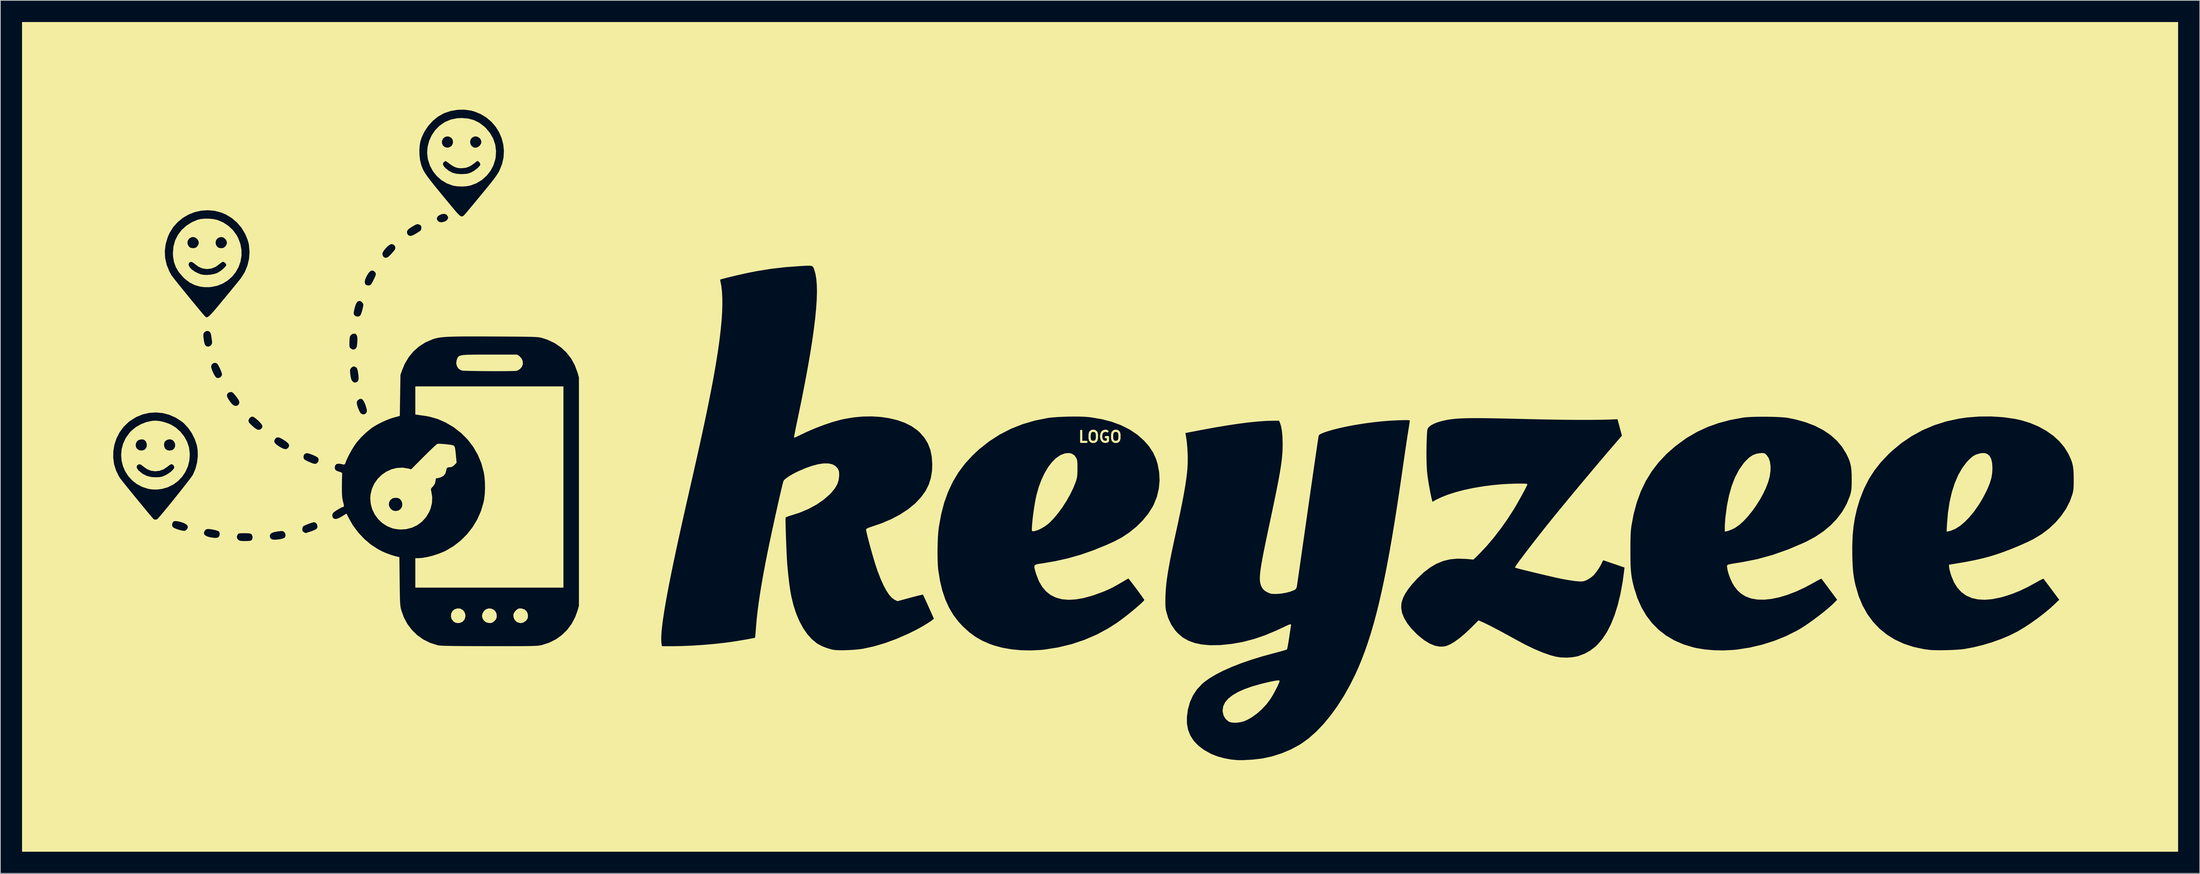
<source format=kicad_pcb>
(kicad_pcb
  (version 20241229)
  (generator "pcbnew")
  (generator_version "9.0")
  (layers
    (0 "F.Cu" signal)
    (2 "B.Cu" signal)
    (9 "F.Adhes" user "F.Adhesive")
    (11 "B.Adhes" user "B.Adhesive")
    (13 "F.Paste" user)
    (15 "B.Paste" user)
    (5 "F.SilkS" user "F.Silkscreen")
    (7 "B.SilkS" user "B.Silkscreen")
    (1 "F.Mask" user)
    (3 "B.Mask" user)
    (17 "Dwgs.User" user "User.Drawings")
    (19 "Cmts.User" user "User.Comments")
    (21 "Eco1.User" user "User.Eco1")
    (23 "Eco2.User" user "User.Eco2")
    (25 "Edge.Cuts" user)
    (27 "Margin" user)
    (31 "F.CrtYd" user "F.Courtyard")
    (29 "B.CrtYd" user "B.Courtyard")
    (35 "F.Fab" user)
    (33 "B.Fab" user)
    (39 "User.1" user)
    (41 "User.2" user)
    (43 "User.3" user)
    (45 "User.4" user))
  (footprint "LOGO"
    (layer "F.Cu")
    (at 149.233 57.454)
    (property "Reference" "LOGO" (at 0 0 0) (layer "F.SilkS") (effects (font (size 1.524 1.524) (thickness 0.3))))
    (attr through_hole)
    (fp_poly (pts (xy -87.912 24.927) (xy -88.038 25.3) (xy -88.288 25.571) (xy -88.639 25.718) (xy -88.858 25.739) (xy -89.165 25.705) (xy -89.406 25.581) (xy -89.497 25.506) (xy -89.72 25.207) (xy -89.813 24.857) (xy -89.781 24.499) (xy -89.628 24.178) (xy -89.359 23.937) (xy -89.326 23.92) (xy -88.945 23.804) (xy -88.583 23.835) (xy -88.271 23.994) (xy -88.038 24.259) (xy -87.914 24.608) (xy -87.912 24.927)) (stroke (width 0.1) (type solid)) (fill yes) (layer "F.SilkS"))
    (fp_poly (pts (xy -83.566 24.792) (xy -83.59 25.057) (xy -83.685 25.26) (xy -83.854 25.451) (xy -84.079 25.642) (xy -84.292 25.724) (xy -84.468 25.735) (xy -84.752 25.699) (xy -85.007 25.616) (xy -85.025 25.606) (xy -85.266 25.398) (xy -85.444 25.104) (xy -85.513 24.803) (xy -85.445 24.488) (xy -85.269 24.177) (xy -85.031 23.948) (xy -85.012 23.936) (xy -84.64 23.804) (xy -84.258 23.842) (xy -84.075 23.918) (xy -83.77 24.15) (xy -83.605 24.468) (xy -83.566 24.792)) (stroke (width 0.1) (type solid)) (fill yes) (layer "F.SilkS"))
    (fp_poly (pts (xy -79.248 24.775) (xy -79.269 25.047) (xy -79.358 25.248) (xy -79.536 25.451) (xy -79.867 25.678) (xy -80.234 25.743) (xy -80.618 25.642) (xy -80.742 25.576) (xy -80.988 25.335) (xy -81.138 25.003) (xy -81.168 24.641) (xy -81.154 24.557) (xy -81.056 24.348) (xy -80.877 24.119) (xy -80.795 24.039) (xy -80.584 23.874) (xy -80.402 23.807) (xy -80.165 23.809) (xy -80.105 23.816) (xy -79.711 23.932) (xy -79.43 24.17) (xy -79.275 24.516) (xy -79.248 24.775)) (stroke (width 0.1) (type solid)) (fill yes) (layer "F.SilkS"))
    (fp_poly (pts (xy 123.481 4.335) (xy 123.481 4.36) (xy 123.446 5.016) (xy 123.343 5.644) (xy 123.158 6.289) (xy 122.882 6.993) (xy 122.673 7.451) (xy 122.142 8.477) (xy 121.565 9.431) (xy 120.954 10.301) (xy 120.319 11.074) (xy 119.673 11.737) (xy 119.028 12.278) (xy 118.393 12.685) (xy 117.782 12.945) (xy 117.525 13.01) (xy 117.236 13.065) (xy 117.291 12.057) (xy 117.423 10.5) (xy 117.646 9.041) (xy 117.955 7.691) (xy 118.348 6.456) (xy 118.821 5.346) (xy 119.373 4.369) (xy 120 3.534) (xy 120.303 3.21) (xy 120.669 2.871) (xy 120.992 2.64) (xy 121.322 2.48) (xy 121.352 2.469) (xy 121.924 2.308) (xy 122.405 2.288) (xy 122.796 2.41) (xy 123.098 2.675) (xy 123.312 3.083) (xy 123.439 3.636) (xy 123.481 4.335)) (stroke (width 0.1) (type solid)) (fill yes) (layer "F.SilkS"))
    (fp_poly (pts (xy 24.806 33.813) (xy 24.765 33.959) (xy 24.656 34.219) (xy 24.494 34.56) (xy 24.296 34.951) (xy 24.08 35.36) (xy 23.861 35.753) (xy 23.656 36.098) (xy 23.533 36.29) (xy 22.994 37.003) (xy 22.371 37.674) (xy 21.695 38.276) (xy 20.995 38.784) (xy 20.303 39.173) (xy 19.904 39.339) (xy 19.429 39.467) (xy 18.934 39.534) (xy 18.464 39.538) (xy 18.065 39.479) (xy 17.822 39.382) (xy 17.419 39.041) (xy 17.154 38.602) (xy 17.028 38.071) (xy 17.018 37.846) (xy 17.102 37.304) (xy 17.351 36.788) (xy 17.766 36.298) (xy 18.344 35.834) (xy 19.085 35.398) (xy 19.986 34.991) (xy 21.047 34.613) (xy 22.265 34.266) (xy 22.479 34.213) (xy 23.239 34.031) (xy 23.854 33.897) (xy 24.319 33.812) (xy 24.632 33.776) (xy 24.788 33.789) (xy 24.806 33.813)) (stroke (width 0.1) (type solid)) (fill yes) (layer "F.SilkS"))
    (fp_poly (pts (xy 92.761 4.026) (xy 92.757 4.694) (xy 92.659 5.411) (xy 92.468 6.154) (xy 92.45 6.211) (xy 92.139 7.026) (xy 91.743 7.863) (xy 91.277 8.702) (xy 90.757 9.52) (xy 90.201 10.295) (xy 89.623 11.006) (xy 89.041 11.629) (xy 88.47 12.144) (xy 87.926 12.529) (xy 87.715 12.643) (xy 87.381 12.797) (xy 87.069 12.923) (xy 86.838 12.999) (xy 86.805 13.007) (xy 86.529 13.06) (xy 86.529 12.55) (xy 86.538 12.237) (xy 86.562 11.824) (xy 86.597 11.378) (xy 86.617 11.164) (xy 86.824 9.572) (xy 87.115 8.118) (xy 87.488 6.802) (xy 87.944 5.629) (xy 88.481 4.599) (xy 89.099 3.716) (xy 89.378 3.394) (xy 89.868 2.921) (xy 90.343 2.593) (xy 90.834 2.394) (xy 91.365 2.305) (xy 91.674 2.287) (xy 91.872 2.299) (xy 92.014 2.358) (xy 92.157 2.479) (xy 92.234 2.555) (xy 92.499 2.932) (xy 92.675 3.43) (xy 92.761 4.026)) (stroke (width 0.1) (type solid)) (fill yes) (layer "F.SilkS"))
    (fp_poly (pts (xy -79.952 -10.098) (xy -79.961 -10.04) (xy -80.094 -9.718) (xy -80.339 -9.434) (xy -80.642 -9.24) (xy -80.777 -9.198) (xy -80.939 -9.183) (xy -81.245 -9.171) (xy -81.674 -9.162) (xy -82.203 -9.155) (xy -82.81 -9.152) (xy -83.473 -9.15) (xy -84.17 -9.151) (xy -84.88 -9.155) (xy -85.58 -9.16) (xy -86.249 -9.168) (xy -86.863 -9.177) (xy -87.402 -9.189) (xy -87.843 -9.202) (xy -88.164 -9.216) (xy -88.344 -9.233) (xy -88.364 -9.237) (xy -88.701 -9.417) (xy -88.943 -9.714) (xy -89.062 -10.089) (xy -89.069 -10.213) (xy -89.039 -10.514) (xy -88.962 -10.792) (xy -88.937 -10.848) (xy -88.875 -10.961) (xy -88.805 -11.055) (xy -88.712 -11.132) (xy -88.582 -11.194) (xy -88.4 -11.243) (xy -88.152 -11.28) (xy -87.822 -11.307) (xy -87.396 -11.325) (xy -86.859 -11.336) (xy -86.196 -11.342) (xy -85.393 -11.345) (xy -84.47 -11.345) (xy -80.712 -11.345) (xy -80.428 -11.153) (xy -80.146 -10.869) (xy -79.98 -10.498) (xy -79.952 -10.098)) (stroke (width 0.1) (type solid)) (fill yes) (layer "F.SilkS"))
    (fp_poly (pts (xy -74.337 20.828) (xy -84.54 20.828) (xy -94.742 20.828) (xy -94.742 18.838) (xy -94.742 16.849) (xy -94.372 16.849) (xy -93.79 16.806) (xy -93.11 16.687) (xy -92.378 16.503) (xy -91.639 16.268) (xy -90.94 15.994) (xy -90.553 15.812) (xy -89.468 15.173) (xy -88.476 14.402) (xy -87.588 13.515) (xy -86.816 12.527) (xy -86.171 11.455) (xy -85.664 10.313) (xy -85.308 9.117) (xy -85.214 8.65) (xy -85.127 7.928) (xy -85.091 7.114) (xy -85.106 6.274) (xy -85.172 5.475) (xy -85.264 4.887) (xy -85.603 3.638) (xy -86.094 2.458) (xy -86.729 1.357) (xy -87.502 0.347) (xy -88.403 -0.561) (xy -89.426 -1.355) (xy -89.498 -1.404) (xy -90.596 -2.05) (xy -91.708 -2.532) (xy -92.848 -2.854) (xy -93.475 -2.962) (xy -93.844 -3.013) (xy -94.181 -3.06) (xy -94.427 -3.095) (xy -94.467 -3.1) (xy -94.742 -3.14) (xy -94.742 -5.042) (xy -94.742 -6.943) (xy -84.54 -6.943) (xy -74.337 -6.943) (xy -74.337 6.943) (xy -74.337 20.828)) (stroke (width 0.1) (type solid)) (fill yes) (layer "F.SilkS"))
    (fp_poly (pts (xy -3.18 4.103) (xy -3.18 4.403) (xy -3.186 4.892) (xy -3.202 5.259) (xy -3.235 5.55) (xy -3.291 5.813) (xy -3.375 6.093) (xy -3.418 6.221) (xy -3.749 7.055) (xy -4.174 7.929) (xy -4.671 8.812) (xy -5.221 9.672) (xy -5.801 10.477) (xy -6.393 11.196) (xy -6.973 11.797) (xy -7.24 12.033) (xy -7.696 12.369) (xy -8.187 12.659) (xy -8.664 12.879) (xy -9.076 13.001) (xy -9.081 13.002) (xy -9.289 13.027) (xy -9.379 12.993) (xy -9.397 12.9) (xy -9.377 12.377) (xy -9.324 11.732) (xy -9.245 11.008) (xy -9.145 10.246) (xy -9.029 9.489) (xy -8.905 8.781) (xy -8.776 8.163) (xy -8.748 8.043) (xy -8.44 6.958) (xy -8.066 5.95) (xy -7.634 5.036) (xy -7.153 4.228) (xy -6.633 3.543) (xy -6.081 2.994) (xy -5.508 2.597) (xy -5.376 2.529) (xy -4.835 2.333) (xy -4.348 2.281) (xy -3.926 2.373) (xy -3.583 2.605) (xy -3.366 2.902) (xy -3.288 3.064) (xy -3.234 3.229) (xy -3.202 3.433) (xy -3.185 3.713) (xy -3.18 4.103)) (stroke (width 0.1) (type solid)) (fill yes) (layer "F.SilkS"))
    (fp_poly (pts (xy -89.125 3.56) (xy -89.41 3.855) (xy -89.643 4.055) (xy -89.864 4.14) (xy -89.996 4.15) (xy -90.286 4.179) (xy -90.456 4.287) (xy -90.544 4.51) (xy -90.571 4.683) (xy -90.689 5.081) (xy -90.944 5.379) (xy -91.334 5.576) (xy -91.551 5.63) (xy -91.989 5.715) (xy -92.048 6.129) (xy -92.132 6.463) (xy -92.304 6.738) (xy -92.415 6.859) (xy -92.594 7.054) (xy -92.672 7.197) (xy -92.673 7.352) (xy -92.639 7.503) (xy -92.504 8.334) (xy -92.531 9.13) (xy -92.722 9.911) (xy -92.913 10.372) (xy -93.344 11.091) (xy -93.892 11.698) (xy -94.538 12.181) (xy -95.266 12.528) (xy -96.058 12.73) (xy -96.537 12.764) (xy -96.537 9.306) (xy -96.614 8.954) (xy -96.812 8.644) (xy -96.962 8.514) (xy -97.229 8.411) (xy -97.569 8.389) (xy -97.905 8.45) (xy -98.03 8.502) (xy -98.302 8.73) (xy -98.465 9.051) (xy -98.503 9.412) (xy -98.439 9.674) (xy -98.213 10.026) (xy -97.899 10.247) (xy -97.531 10.326) (xy -97.137 10.252) (xy -97.025 10.201) (xy -96.745 9.971) (xy -96.582 9.659) (xy -96.537 9.306) (xy -96.537 12.764) (xy -96.741 12.779) (xy -97.15 12.755) (xy -97.576 12.7) (xy -97.917 12.626) (xy -98.666 12.327) (xy -99.333 11.894) (xy -99.905 11.35) (xy -100.369 10.713) (xy -100.711 10.005) (xy -100.918 9.245) (xy -100.977 8.455) (xy -100.934 7.959) (xy -100.737 7.176) (xy -100.403 6.461) (xy -99.951 5.827) (xy -99.4 5.287) (xy -98.768 4.853) (xy -98.072 4.538) (xy -97.332 4.353) (xy -96.566 4.313) (xy -95.792 4.428) (xy -95.783 4.431) (xy -95.347 4.544) (xy -93.627 2.816) (xy -93.178 2.369) (xy -92.761 1.96) (xy -92.393 1.606) (xy -92.09 1.321) (xy -91.869 1.123) (xy -91.747 1.027) (xy -91.736 1.021) (xy -91.591 1.006) (xy -91.321 1.011) (xy -90.971 1.033) (xy -90.583 1.066) (xy -90.202 1.109) (xy -89.871 1.155) (xy -89.633 1.202) (xy -89.563 1.224) (xy -89.476 1.272) (xy -89.411 1.351) (xy -89.361 1.489) (xy -89.318 1.713) (xy -89.275 2.049) (xy -89.226 2.526) (xy -89.224 2.55) (xy -89.125 3.56)) (stroke (width 0.1) (type solid)) (fill yes) (layer "F.SilkS"))
    (fp_poly (pts (xy -126.06 2.386) (xy -126.114 3.238) (xy -126.313 4.048) (xy -126.644 4.8) (xy -127.096 5.479) (xy -127.657 6.07) (xy -127.986 6.314) (xy -127.986 1.279) (xy -128 0.96) (xy -128.121 0.662) (xy -128.339 0.425) (xy -128.646 0.292) (xy -128.652 0.29) (xy -128.961 0.3) (xy -129.265 0.416) (xy -129.495 0.607) (xy -129.537 0.673) (xy -129.628 0.995) (xy -129.601 1.345) (xy -129.465 1.649) (xy -129.401 1.724) (xy -129.118 1.898) (xy -128.774 1.95) (xy -128.432 1.877) (xy -128.314 1.813) (xy -128.087 1.577) (xy -127.986 1.279) (xy -127.986 6.314) (xy -128.101 6.399) (xy -128.101 4.219) (xy -128.168 3.988) (xy -128.332 3.804) (xy -128.539 3.725) (xy -128.545 3.725) (xy -128.695 3.779) (xy -128.912 3.917) (xy -129.091 4.061) (xy -129.628 4.432) (xy -130.208 4.651) (xy -130.806 4.718) (xy -131.398 4.634) (xy -131.902 4.423) (xy -131.902 1.086) (xy -131.984 0.741) (xy -132.115 0.534) (xy -132.288 0.376) (xy -132.489 0.308) (xy -132.699 0.296) (xy -133.069 0.369) (xy -133.35 0.57) (xy -133.517 0.87) (xy -133.55 1.242) (xy -133.536 1.331) (xy -133.404 1.623) (xy -133.164 1.829) (xy -132.859 1.937) (xy -132.534 1.934) (xy -132.234 1.808) (xy -132.134 1.724) (xy -131.952 1.432) (xy -131.902 1.086) (xy -131.902 4.423) (xy -131.96 4.398) (xy -132.446 4.034) (xy -132.739 3.807) (xy -132.988 3.734) (xy -133.213 3.812) (xy -133.28 3.865) (xy -133.416 4.079) (xy -133.391 4.327) (xy -133.202 4.614) (xy -133.137 4.683) (xy -132.588 5.145) (xy -131.979 5.454) (xy -131.296 5.618) (xy -130.63 5.646) (xy -130.225 5.623) (xy -129.919 5.574) (xy -129.639 5.483) (xy -129.348 5.35) (xy -128.963 5.131) (xy -128.615 4.879) (xy -128.336 4.621) (xy -128.155 4.386) (xy -128.101 4.219) (xy -128.101 6.399) (xy -128.315 6.558) (xy -129.06 6.927) (xy -129.879 7.161) (xy -130.496 7.238) (xy -131.145 7.237) (xy -131.718 7.159) (xy -131.724 7.158) (xy -132.565 6.888) (xy -133.31 6.495) (xy -133.952 5.994) (xy -134.488 5.404) (xy -134.912 4.742) (xy -135.22 4.023) (xy -135.405 3.265) (xy -135.465 2.486) (xy -135.392 1.701) (xy -135.183 0.929) (xy -134.833 0.186) (xy -134.336 -0.511) (xy -134.047 -0.822) (xy -133.449 -1.31) (xy -132.752 -1.71) (xy -132 -2.002) (xy -131.237 -2.167) (xy -130.768 -2.198) (xy -130.246 -2.152) (xy -129.653 -2.023) (xy -129.052 -1.829) (xy -128.615 -1.64) (xy -127.945 -1.223) (xy -127.342 -0.677) (xy -126.83 -0.034) (xy -126.435 0.673) (xy -126.181 1.414) (xy -126.161 1.507) (xy -126.06 2.386)) (stroke (width 0.1) (type solid)) (fill yes) (layer "F.SilkS"))
    (fp_poly (pts (xy -118.902 -25.092) (xy -119.037 -24.301) (xy -119.3 -23.551) (xy -119.684 -22.857) (xy -120.179 -22.237) (xy -120.775 -21.705) (xy -120.818 -21.678) (xy -120.818 -26.957) (xy -120.942 -27.288) (xy -121.065 -27.45) (xy -121.343 -27.661) (xy -121.644 -27.731) (xy -121.938 -27.681) (xy -122.196 -27.531) (xy -122.389 -27.302) (xy -122.488 -27.015) (xy -122.463 -26.689) (xy -122.393 -26.515) (xy -122.21 -26.255) (xy -121.972 -26.12) (xy -121.638 -26.08) (xy -121.359 -26.119) (xy -121.126 -26.269) (xy -121.067 -26.325) (xy -120.86 -26.63) (xy -120.818 -26.957) (xy -120.818 -21.678) (xy -120.904 -21.625) (xy -120.904 -23.817) (xy -120.975 -24.008) (xy -121.144 -24.186) (xy -121.348 -24.291) (xy -121.414 -24.299) (xy -121.566 -24.244) (xy -121.782 -24.102) (xy -121.959 -23.954) (xy -122.479 -23.581) (xy -123.046 -23.359) (xy -123.635 -23.29) (xy -124.222 -23.374) (xy -124.713 -23.581) (xy -124.713 -26.957) (xy -124.837 -27.288) (xy -124.959 -27.45) (xy -125.238 -27.661) (xy -125.538 -27.731) (xy -125.832 -27.681) (xy -126.091 -27.531) (xy -126.284 -27.302) (xy -126.382 -27.015) (xy -126.357 -26.689) (xy -126.288 -26.515) (xy -126.105 -26.255) (xy -125.867 -26.12) (xy -125.533 -26.08) (xy -125.254 -26.119) (xy -125.02 -26.269) (xy -124.961 -26.325) (xy -124.755 -26.63) (xy -124.713 -26.957) (xy -124.713 -23.581) (xy -124.783 -23.61) (xy -125.205 -23.919) (xy -125.52 -24.169) (xy -125.768 -24.282) (xy -125.97 -24.263) (xy -126.105 -24.166) (xy -126.222 -23.948) (xy -126.193 -23.693) (xy -126.033 -23.417) (xy -125.758 -23.137) (xy -125.381 -22.868) (xy -124.92 -22.627) (xy -124.502 -22.466) (xy -124.119 -22.392) (xy -123.638 -22.377) (xy -123.119 -22.417) (xy -122.623 -22.508) (xy -122.309 -22.605) (xy -122.015 -22.751) (xy -121.699 -22.959) (xy -121.396 -23.2) (xy -121.139 -23.444) (xy -120.964 -23.663) (xy -120.904 -23.817) (xy -120.904 -21.625) (xy -121.463 -21.279) (xy -122.234 -20.973) (xy -123.077 -20.804) (xy -123.359 -20.782) (xy -124.008 -20.786) (xy -124.585 -20.861) (xy -124.629 -20.87) (xy -125.361 -21.095) (xy -126.012 -21.429) (xy -126.623 -21.895) (xy -126.915 -22.175) (xy -127.485 -22.838) (xy -127.896 -23.523) (xy -128.159 -24.254) (xy -128.284 -25.057) (xy -128.298 -25.442) (xy -128.224 -26.341) (xy -127.995 -27.176) (xy -127.621 -27.938) (xy -127.108 -28.617) (xy -126.464 -29.203) (xy -125.696 -29.686) (xy -124.926 -30.017) (xy -124.472 -30.123) (xy -123.917 -30.173) (xy -123.318 -30.169) (xy -122.733 -30.109) (xy -122.219 -29.995) (xy -122.213 -29.993) (xy -121.415 -29.659) (xy -120.69 -29.183) (xy -120.062 -28.584) (xy -119.551 -27.88) (xy -119.373 -27.55) (xy -119.061 -26.732) (xy -118.908 -25.908) (xy -118.902 -25.092)) (stroke (width 0.1) (type solid)) (fill yes) (layer "F.SilkS"))
    (fp_poly (pts (xy -83.666 -39.592) (xy -83.721 -38.707) (xy -83.772 -38.429) (xy -84.03 -37.61) (xy -84.432 -36.858) (xy -84.963 -36.19) (xy -85.599 -35.627) (xy -85.599 -40.953) (xy -85.73 -41.271) (xy -85.845 -41.409) (xy -86.152 -41.612) (xy -86.485 -41.67) (xy -86.806 -41.588) (xy -87.073 -41.37) (xy -87.171 -41.22) (xy -87.26 -40.88) (xy -87.205 -40.538) (xy -87.022 -40.24) (xy -86.73 -40.032) (xy -86.699 -40.019) (xy -86.422 -39.993) (xy -86.117 -40.088) (xy -85.847 -40.285) (xy -85.831 -40.302) (xy -85.633 -40.622) (xy -85.599 -40.953) (xy -85.599 -35.627) (xy -85.603 -35.624) (xy -85.74 -35.541) (xy -85.74 -37.688) (xy -85.766 -37.859) (xy -85.884 -38.056) (xy -86.044 -38.214) (xy -86.18 -38.269) (xy -86.281 -38.218) (xy -86.469 -38.083) (xy -86.701 -37.894) (xy -86.703 -37.892) (xy -87.228 -37.528) (xy -87.781 -37.32) (xy -88.394 -37.253) (xy -88.779 -37.274) (xy -89.12 -37.347) (xy -89.457 -37.488) (xy -89.519 -37.527) (xy -89.519 -40.876) (xy -89.59 -41.2) (xy -89.773 -41.452) (xy -90.089 -41.629) (xy -90.422 -41.662) (xy -90.734 -41.565) (xy -90.985 -41.353) (xy -91.137 -41.039) (xy -91.157 -40.936) (xy -91.134 -40.582) (xy -90.985 -40.298) (xy -90.744 -40.101) (xy -90.447 -40.007) (xy -90.127 -40.034) (xy -89.819 -40.197) (xy -89.747 -40.263) (xy -89.571 -40.545) (xy -89.519 -40.876) (xy -89.519 -37.527) (xy -89.828 -37.716) (xy -90.271 -38.046) (xy -90.356 -38.113) (xy -90.52 -38.23) (xy -90.639 -38.242) (xy -90.793 -38.158) (xy -90.8 -38.153) (xy -90.989 -37.955) (xy -91.015 -37.716) (xy -90.877 -37.439) (xy -90.645 -37.187) (xy -90.164 -36.799) (xy -89.682 -36.54) (xy -89.154 -36.394) (xy -88.535 -36.344) (xy -88.307 -36.346) (xy -87.88 -36.365) (xy -87.562 -36.405) (xy -87.295 -36.477) (xy -87.023 -36.59) (xy -86.683 -36.779) (xy -86.347 -37.017) (xy -86.052 -37.272) (xy -85.836 -37.512) (xy -85.74 -37.688) (xy -85.74 -35.541) (xy -86.337 -35.177) (xy -87.147 -34.868) (xy -87.246 -34.842) (xy -87.759 -34.755) (xy -88.353 -34.724) (xy -88.954 -34.747) (xy -89.485 -34.825) (xy -89.577 -34.847) (xy -90.399 -35.148) (xy -91.139 -35.589) (xy -91.783 -36.155) (xy -92.317 -36.832) (xy -92.728 -37.604) (xy -93.001 -38.456) (xy -93.015 -38.523) (xy -93.106 -39.352) (xy -93.039 -40.18) (xy -92.827 -40.986) (xy -92.48 -41.746) (xy -92.009 -42.436) (xy -91.425 -43.034) (xy -90.739 -43.516) (xy -90.632 -43.575) (xy -89.85 -43.902) (xy -89.014 -44.077) (xy -88.392 -44.111) (xy -87.508 -44.042) (xy -86.707 -43.829) (xy -85.972 -43.465) (xy -85.284 -42.943) (xy -85.047 -42.718) (xy -84.469 -42.023) (xy -84.043 -41.262) (xy -83.774 -40.448) (xy -83.666 -39.592)) (stroke (width 0.1) (type solid)) (fill yes) (layer "F.SilkS"))
    (fp_poly (pts (xy 149.183 57.404) (xy 134.832 57.404) (xy 134.832 5.85) (xy 134.832 5.842) (xy 134.821 5.107) (xy 134.783 4.499) (xy 134.708 3.975) (xy 134.587 3.496) (xy 134.412 3.018) (xy 134.173 2.5) (xy 134.057 2.271) (xy 133.505 1.38) (xy 132.805 0.553) (xy 131.971 -0.204) (xy 131.017 -0.88) (xy 129.956 -1.467) (xy 128.8 -1.957) (xy 127.565 -2.341) (xy 126.683 -2.537) (xy 125.084 -2.768) (xy 123.41 -2.878) (xy 121.708 -2.868) (xy 120.021 -2.736) (xy 118.914 -2.579) (xy 117.158 -2.199) (xy 115.476 -1.668) (xy 113.873 -0.989) (xy 112.353 -0.163) (xy 110.919 0.807) (xy 109.575 1.92) (xy 109.149 2.32) (xy 108.073 3.454) (xy 107.151 4.624) (xy 106.365 5.855) (xy 105.702 7.172) (xy 105.144 8.6) (xy 105.08 8.788) (xy 104.721 9.993) (xy 104.446 11.195) (xy 104.249 12.429) (xy 104.127 13.727) (xy 104.098 14.503) (xy 104.098 5.842) (xy 104.087 5.104) (xy 104.048 4.493) (xy 103.972 3.969) (xy 103.851 3.489) (xy 103.676 3.012) (xy 103.437 2.498) (xy 103.332 2.292) (xy 102.739 1.335) (xy 102.005 0.468) (xy 101.132 -0.307) (xy 100.122 -0.989) (xy 98.979 -1.577) (xy 97.705 -2.067) (xy 96.302 -2.46) (xy 95.208 -2.683) (xy 94.803 -2.734) (xy 94.262 -2.776) (xy 93.619 -2.808) (xy 92.906 -2.829) (xy 92.158 -2.839) (xy 91.406 -2.839) (xy 90.685 -2.827) (xy 90.027 -2.804) (xy 89.467 -2.77) (xy 89.036 -2.724) (xy 89.027 -2.722) (xy 87.268 -2.398) (xy 85.629 -1.965) (xy 84.098 -1.419) (xy 82.661 -0.756) (xy 81.303 0.03) (xy 81.04 0.202) (xy 79.644 1.22) (xy 78.397 2.312) (xy 77.292 3.484) (xy 76.328 4.742) (xy 75.5 6.092) (xy 74.805 7.541) (xy 74.238 9.094) (xy 73.796 10.758) (xy 73.521 12.234) (xy 73.472 12.584) (xy 73.434 12.944) (xy 73.405 13.341) (xy 73.385 13.801) (xy 73.372 14.351) (xy 73.366 15.019) (xy 73.364 15.79) (xy 73.367 16.687) (xy 73.38 17.444) (xy 73.405 18.09) (xy 73.446 18.655) (xy 73.504 19.168) (xy 73.583 19.659) (xy 73.686 20.157) (xy 73.817 20.691) (xy 73.878 20.926) (xy 74.328 22.336) (xy 74.898 23.626) (xy 75.585 24.796) (xy 76.389 25.843) (xy 77.307 26.767) (xy 78.338 27.565) (xy 79.481 28.237) (xy 80.733 28.78) (xy 82.094 29.194) (xy 82.523 29.292) (xy 83.7 29.488) (xy 84.973 29.599) (xy 86.294 29.625) (xy 87.612 29.562) (xy 88.181 29.506) (xy 89.93 29.234) (xy 91.66 28.828) (xy 93.343 28.297) (xy 94.951 27.651) (xy 96.457 26.899) (xy 97.07 26.543) (xy 97.616 26.195) (xy 98.228 25.775) (xy 98.877 25.307) (xy 99.532 24.814) (xy 100.165 24.318) (xy 100.746 23.842) (xy 101.245 23.408) (xy 101.633 23.041) (xy 101.657 23.015) (xy 102.096 22.564) (xy 101.008 21.096) (xy 100.686 20.662) (xy 100.398 20.275) (xy 100.158 19.955) (xy 99.983 19.722) (xy 99.887 19.598) (xy 99.875 19.583) (xy 99.789 19.606) (xy 99.586 19.701) (xy 99.295 19.855) (xy 98.943 20.052) (xy 98.859 20.1) (xy 97.592 20.788) (xy 96.357 21.363) (xy 95.163 21.823) (xy 94.021 22.167) (xy 92.94 22.393) (xy 91.93 22.498) (xy 91.001 22.48) (xy 90.161 22.338) (xy 89.421 22.07) (xy 89.375 22.047) (xy 88.772 21.677) (xy 88.258 21.208) (xy 87.798 20.606) (xy 87.789 20.592) (xy 87.54 20.153) (xy 87.302 19.633) (xy 87.095 19.085) (xy 86.94 18.563) (xy 86.857 18.122) (xy 86.853 18.077) (xy 86.84 17.97) (xy 86.833 17.887) (xy 86.852 17.822) (xy 86.914 17.769) (xy 87.04 17.72) (xy 87.247 17.671) (xy 87.555 17.614) (xy 87.982 17.544) (xy 88.548 17.454) (xy 88.9 17.398) (xy 90.994 16.981) (xy 93.107 16.398) (xy 95.241 15.649) (xy 97.396 14.733) (xy 97.786 14.551) (xy 99.027 13.887) (xy 100.157 13.128) (xy 101.166 12.284) (xy 102.046 11.364) (xy 102.789 10.377) (xy 103.386 9.333) (xy 103.828 8.24) (xy 103.905 7.99) (xy 103.977 7.719) (xy 104.029 7.462) (xy 104.064 7.182) (xy 104.085 6.843) (xy 104.095 6.409) (xy 104.098 5.842) (xy 104.098 14.503) (xy 104.075 15.123) (xy 104.081 16.341) (xy 104.104 17.202) (xy 104.138 17.931) (xy 104.186 18.564) (xy 104.253 19.138) (xy 104.341 19.689) (xy 104.455 20.253) (xy 104.549 20.659) (xy 104.965 22.074) (xy 105.507 23.378) (xy 106.172 24.566) (xy 106.957 25.637) (xy 107.859 26.588) (xy 108.875 27.415) (xy 110.001 28.117) (xy 111.234 28.691) (xy 112.572 29.134) (xy 114.012 29.443) (xy 114.766 29.546) (xy 115.22 29.58) (xy 115.802 29.598) (xy 116.47 29.6) (xy 117.183 29.589) (xy 117.901 29.565) (xy 118.581 29.529) (xy 119.183 29.481) (xy 119.665 29.424) (xy 119.676 29.422) (xy 120.942 29.187) (xy 122.243 28.866) (xy 123.539 28.475) (xy 124.791 28.026) (xy 125.958 27.532) (xy 127.001 27.008) (xy 127.089 26.958) (xy 127.969 26.431) (xy 128.892 25.823) (xy 129.817 25.164) (xy 130.704 24.484) (xy 131.512 23.813) (xy 132.139 23.241) (xy 132.841 22.564) (xy 131.753 21.101) (xy 131.43 20.668) (xy 131.14 20.281) (xy 130.9 19.961) (xy 130.723 19.728) (xy 130.627 19.603) (xy 130.614 19.588) (xy 130.526 19.609) (xy 130.321 19.702) (xy 130.029 19.853) (xy 129.677 20.049) (xy 129.607 20.089) (xy 128.397 20.75) (xy 127.257 21.294) (xy 126.151 21.734) (xy 125.045 22.087) (xy 124.629 22.197) (xy 123.501 22.425) (xy 122.466 22.512) (xy 121.524 22.459) (xy 120.677 22.267) (xy 119.925 21.936) (xy 119.269 21.465) (xy 118.709 20.855) (xy 118.246 20.107) (xy 117.88 19.221) (xy 117.878 19.216) (xy 117.759 18.831) (xy 117.662 18.467) (xy 117.6 18.179) (xy 117.587 18.08) (xy 117.56 17.746) (xy 118.533 17.59) (xy 119.849 17.366) (xy 121.03 17.136) (xy 122.11 16.891) (xy 123.125 16.622) (xy 124.108 16.322) (xy 125.094 15.98) (xy 125.239 15.927) (xy 126.046 15.617) (xy 126.873 15.281) (xy 127.678 14.935) (xy 128.42 14.598) (xy 129.058 14.288) (xy 129.269 14.179) (xy 130.369 13.517) (xy 131.382 12.751) (xy 132.295 11.895) (xy 133.094 10.967) (xy 133.764 9.983) (xy 134.292 8.957) (xy 134.637 8.001) (xy 134.71 7.726) (xy 134.763 7.467) (xy 134.798 7.187) (xy 134.819 6.848) (xy 134.829 6.415) (xy 134.832 5.85) (xy 134.832 57.404) (xy 72.653 57.404) (xy 72.653 18.06) (xy 71.191 17.56) (xy 70.721 17.399) (xy 70.307 17.257) (xy 69.976 17.142) (xy 69.753 17.065) (xy 69.666 17.033) (xy 69.598 17.086) (xy 69.503 17.251) (xy 69.468 17.33) (xy 69.265 17.741) (xy 68.992 18.197) (xy 68.685 18.641) (xy 68.381 19.021) (xy 68.194 19.215) (xy 67.886 19.459) (xy 67.527 19.689) (xy 67.333 19.789) (xy 67.091 19.893) (xy 66.884 19.952) (xy 66.658 19.975) (xy 66.356 19.969) (xy 66.091 19.952) (xy 65.741 19.916) (xy 65.274 19.852) (xy 64.737 19.766) (xy 64.178 19.666) (xy 63.839 19.6) (xy 63.472 19.523) (xy 63.007 19.42) (xy 62.464 19.297) (xy 61.864 19.158) (xy 61.231 19.009) (xy 60.584 18.855) (xy 59.946 18.702) (xy 59.339 18.554) (xy 58.783 18.417) (xy 58.3 18.295) (xy 57.913 18.195) (xy 57.642 18.121) (xy 57.509 18.078) (xy 57.5 18.073) (xy 57.534 17.992) (xy 57.664 17.79) (xy 57.882 17.481) (xy 58.178 17.076) (xy 58.542 16.587) (xy 58.966 16.027) (xy 59.441 15.408) (xy 59.956 14.741) (xy 60.503 14.039) (xy 61.073 13.314) (xy 61.655 12.578) (xy 62.242 11.844) (xy 62.472 11.557) (xy 62.981 10.929) (xy 63.582 10.194) (xy 64.258 9.373) (xy 64.99 8.487) (xy 65.762 7.557) (xy 66.556 6.604) (xy 67.353 5.651) (xy 68.137 4.717) (xy 68.889 3.824) (xy 69.592 2.994) (xy 70.228 2.248) (xy 70.487 1.945) (xy 72.293 -0.158) (xy 71.98 -1.328) (xy 71.666 -2.498) (xy 71.33 -2.481) (xy 70.368 -2.443) (xy 69.239 -2.417) (xy 67.947 -2.403) (xy 66.492 -2.402) (xy 64.878 -2.412) (xy 63.108 -2.434) (xy 61.182 -2.469) (xy 59.105 -2.515) (xy 58.547 -2.529) (xy 57.059 -2.565) (xy 55.729 -2.595) (xy 54.544 -2.619) (xy 53.493 -2.635) (xy 52.564 -2.644) (xy 51.745 -2.645) (xy 51.024 -2.638) (xy 50.39 -2.623) (xy 49.831 -2.6) (xy 49.334 -2.567) (xy 48.889 -2.525) (xy 48.482 -2.474) (xy 48.103 -2.413) (xy 47.74 -2.342) (xy 47.38 -2.26) (xy 47.286 -2.237) (xy 46.71 -2.068) (xy 46.197 -1.865) (xy 45.781 -1.643) (xy 45.498 -1.42) (xy 45.48 -1.4) (xy 45.384 -1.283) (xy 45.315 -1.167) (xy 45.268 -1.018) (xy 45.236 -0.805) (xy 45.211 -0.493) (xy 45.188 -0.051) (xy 45.183 0.043) (xy 45.146 1.069) (xy 45.13 2.086) (xy 45.136 3.06) (xy 45.163 3.957) (xy 45.211 4.744) (xy 45.255 5.202) (xy 45.33 5.765) (xy 45.43 6.406) (xy 45.546 7.075) (xy 45.669 7.723) (xy 45.79 8.3) (xy 45.897 8.746) (xy 45.983 9.067) (xy 46.423 8.818) (xy 47.236 8.416) (xy 48.197 8.039) (xy 49.284 7.693) (xy 50.478 7.382) (xy 51.758 7.113) (xy 53.103 6.888) (xy 54.493 6.714) (xy 55.691 6.609) (xy 56.229 6.577) (xy 56.786 6.551) (xy 57.335 6.533) (xy 57.853 6.523) (xy 58.313 6.521) (xy 58.689 6.527) (xy 58.956 6.542) (xy 59.088 6.566) (xy 59.097 6.576) (xy 59.057 6.688) (xy 58.945 6.922) (xy 58.775 7.255) (xy 58.56 7.66) (xy 58.313 8.114) (xy 58.047 8.593) (xy 57.777 9.071) (xy 57.515 9.525) (xy 57.274 9.931) (xy 57.212 10.033) (xy 56.351 11.37) (xy 55.43 12.675) (xy 54.473 13.915) (xy 53.506 15.059) (xy 52.553 16.074) (xy 52.472 16.154) (xy 51.678 16.942) (xy 50.57 16.848) (xy 49.471 16.814) (xy 48.446 16.911) (xy 47.478 17.145) (xy 46.554 17.523) (xy 45.657 18.05) (xy 44.772 18.732) (xy 43.885 19.577) (xy 43.854 19.608) (xy 43.164 20.367) (xy 42.926 20.665) (xy 42.926 -2.246) (xy 42.916 -2.297) (xy 42.87 -2.333) (xy 42.768 -2.357) (xy 42.586 -2.369) (xy 42.305 -2.371) (xy 41.901 -2.364) (xy 41.353 -2.349) (xy 41.254 -2.346) (xy 40.156 -2.293) (xy 38.997 -2.2) (xy 37.803 -2.071) (xy 36.6 -1.911) (xy 35.416 -1.723) (xy 34.276 -1.513) (xy 33.208 -1.284) (xy 32.238 -1.042) (xy 31.393 -0.791) (xy 30.91 -0.62) (xy 30.566 -0.476) (xy 30.354 -0.353) (xy 30.242 -0.231) (xy 30.215 -0.168) (xy 30.194 -0.058) (xy 30.152 0.208) (xy 30.089 0.621) (xy 30.006 1.17) (xy 29.906 1.846) (xy 29.79 2.636) (xy 29.66 3.531) (xy 29.516 4.521) (xy 29.361 5.594) (xy 29.195 6.741) (xy 29.022 7.95) (xy 28.841 9.212) (xy 28.7 10.202) (xy 28.515 11.5) (xy 28.336 12.755) (xy 28.164 13.957) (xy 28.001 15.095) (xy 27.849 16.159) (xy 27.709 17.137) (xy 27.582 18.02) (xy 27.471 18.796) (xy 27.376 19.455) (xy 27.299 19.986) (xy 27.242 20.379) (xy 27.206 20.623) (xy 27.194 20.701) (xy 27.123 20.949) (xy 26.981 21.104) (xy 26.834 21.187) (xy 26.353 21.375) (xy 25.767 21.533) (xy 25.137 21.646) (xy 24.526 21.701) (xy 24.426 21.704) (xy 24.037 21.705) (xy 23.757 21.683) (xy 23.527 21.629) (xy 23.288 21.531) (xy 23.177 21.478) (xy 22.84 21.282) (xy 22.606 21.062) (xy 22.467 20.858) (xy 22.363 20.66) (xy 22.279 20.449) (xy 22.218 20.213) (xy 22.18 19.941) (xy 22.166 19.621) (xy 22.178 19.242) (xy 22.217 18.793) (xy 22.284 18.262) (xy 22.382 17.639) (xy 22.51 16.911) (xy 22.671 16.067) (xy 22.866 15.097) (xy 23.095 13.989) (xy 23.361 12.73) (xy 23.467 12.234) (xy 23.777 10.779) (xy 24.051 9.475) (xy 24.292 8.312) (xy 24.502 7.276) (xy 24.682 6.356) (xy 24.835 5.537) (xy 24.963 4.809) (xy 25.067 4.157) (xy 25.151 3.571) (xy 25.215 3.037) (xy 25.263 2.542) (xy 25.295 2.074) (xy 25.315 1.621) (xy 25.323 1.17) (xy 25.324 0.889) (xy 25.296 -0.054) (xy 25.218 -0.864) (xy 25.091 -1.531) (xy 24.945 -1.977) (xy 24.816 -2.286) (xy 23.97 -2.286) (xy 22.977 -2.259) (xy 21.83 -2.179) (xy 20.536 -2.046) (xy 19.101 -1.862) (xy 17.532 -1.626) (xy 15.836 -1.341) (xy 14.018 -1.007) (xy 13.772 -0.96) (xy 11.754 -0.571) (xy 11.812 -0.264) (xy 11.947 0.62) (xy 12.038 1.607) (xy 12.085 2.631) (xy 12.083 3.63) (xy 12.03 4.542) (xy 12.027 4.572) (xy 11.957 5.228) (xy 11.868 5.92) (xy 11.757 6.663) (xy 11.622 7.474) (xy 11.461 8.367) (xy 11.269 9.358) (xy 11.044 10.462) (xy 10.785 11.695) (xy 10.486 13.071) (xy 10.382 13.547) (xy 10.091 14.885) (xy 9.841 16.076) (xy 9.63 17.138) (xy 9.455 18.087) (xy 9.312 18.94) (xy 9.199 19.715) (xy 9.114 20.428) (xy 9.053 21.096) (xy 9.015 21.736) (xy 9.002 22.056) (xy 8.988 22.676) (xy 8.99 23.163) (xy 9.009 23.552) (xy 9.046 23.878) (xy 9.088 24.103) (xy 9.381 25.115) (xy 9.812 26.029) (xy 10.381 26.85) (xy 10.763 27.273) (xy 11.424 27.828) (xy 12.197 28.268) (xy 13.084 28.593) (xy 14.089 28.806) (xy 15.215 28.905) (xy 16.465 28.892) (xy 16.73 28.877) (xy 18.266 28.718) (xy 19.769 28.449) (xy 21.268 28.06) (xy 22.788 27.545) (xy 24.356 26.896) (xy 25.131 26.536) (xy 25.603 26.311) (xy 25.943 26.152) (xy 26.171 26.054) (xy 26.309 26.01) (xy 26.376 26.014) (xy 26.393 26.059) (xy 26.382 26.139) (xy 26.38 26.144) (xy 26.353 26.301) (xy 26.306 26.594) (xy 26.245 26.989) (xy 26.175 27.454) (xy 26.115 27.855) (xy 26.041 28.339) (xy 25.97 28.764) (xy 25.908 29.102) (xy 25.859 29.325) (xy 25.832 29.403) (xy 25.734 29.443) (xy 25.497 29.517) (xy 25.144 29.618) (xy 24.701 29.74) (xy 24.191 29.875) (xy 23.953 29.937) (xy 22.361 30.374) (xy 20.86 30.838) (xy 19.46 31.325) (xy 18.172 31.831) (xy 17.007 32.351) (xy 15.974 32.881) (xy 15.086 33.416) (xy 14.351 33.951) (xy 14.085 34.181) (xy 13.379 34.937) (xy 12.814 35.787) (xy 12.39 36.731) (xy 12.106 37.77) (xy 11.971 38.779) (xy 11.976 39.714) (xy 12.136 40.581) (xy 12.451 41.382) (xy 12.921 42.114) (xy 13.546 42.778) (xy 14.325 43.374) (xy 15.258 43.901) (xy 15.444 43.989) (xy 16.243 44.299) (xy 17.142 44.549) (xy 18.082 44.726) (xy 19.006 44.82) (xy 19.854 44.82) (xy 20.131 44.803) (xy 20.512 44.781) (xy 20.932 44.757) (xy 21.11 44.747) (xy 22.442 44.597) (xy 23.799 44.303) (xy 25.144 43.877) (xy 26.438 43.333) (xy 27.641 42.683) (xy 27.898 42.522) (xy 28.925 41.777) (xy 29.946 40.873) (xy 30.95 39.825) (xy 31.93 38.642) (xy 32.876 37.339) (xy 33.779 35.926) (xy 34.631 34.415) (xy 35.423 32.818) (xy 35.866 31.822) (xy 36.303 30.756) (xy 36.723 29.642) (xy 37.129 28.473) (xy 37.523 27.241) (xy 37.906 25.937) (xy 38.279 24.554) (xy 38.646 23.083) (xy 39.006 21.516) (xy 39.364 19.845) (xy 39.719 18.062) (xy 40.075 16.159) (xy 40.432 14.127) (xy 40.792 11.958) (xy 41.159 9.646) (xy 41.532 7.18) (xy 41.911 4.572) (xy 42.037 3.698) (xy 42.162 2.834) (xy 42.284 2.003) (xy 42.399 1.226) (xy 42.503 0.527) (xy 42.594 -0.07) (xy 42.668 -0.545) (xy 42.718 -0.858) (xy 42.792 -1.307) (xy 42.854 -1.704) (xy 42.9 -2.016) (xy 42.924 -2.209) (xy 42.926 -2.246) (xy 42.926 20.665) (xy 42.613 21.058) (xy 42.192 21.698) (xy 41.892 22.299) (xy 41.704 22.878) (xy 41.664 23.072) (xy 41.634 23.723) (xy 41.763 24.409) (xy 42.049 25.122) (xy 42.486 25.853) (xy 43.071 26.596) (xy 43.8 27.343) (xy 44.074 27.591) (xy 44.858 28.214) (xy 45.611 28.674) (xy 46.332 28.97) (xy 47.019 29.103) (xy 47.67 29.072) (xy 47.927 29.011) (xy 48.466 28.791) (xy 49.083 28.429) (xy 49.774 27.926) (xy 50.533 27.289) (xy 51.354 26.519) (xy 51.62 26.255) (xy 52.398 25.474) (xy 53.017 25.744) (xy 53.362 25.904) (xy 53.831 26.136) (xy 54.402 26.429) (xy 55.054 26.771) (xy 55.763 27.149) (xy 56.506 27.553) (xy 57.263 27.97) (xy 57.485 28.094) (xy 58.825 28.812) (xy 60.07 29.415) (xy 61.212 29.9) (xy 62.248 30.266) (xy 63.077 30.489) (xy 63.767 30.593) (xy 64.521 30.623) (xy 65.275 30.581) (xy 65.967 30.468) (xy 66.252 30.392) (xy 67.132 30.057) (xy 67.901 29.629) (xy 68.606 29.079) (xy 68.931 28.767) (xy 69.609 27.97) (xy 70.228 27.019) (xy 70.787 25.916) (xy 71.284 24.667) (xy 71.718 23.276) (xy 72.088 21.747) (xy 72.391 20.085) (xy 72.599 18.534) (xy 72.653 18.06) (xy 72.653 57.404) (xy 8.287 57.404) (xy 8.287 6.041) (xy 8.23 4.891) (xy 8.012 3.748) (xy 7.786 3.024) (xy 7.381 2.136) (xy 6.821 1.284) (xy 6.099 0.461) (xy 6.096 0.457) (xy 5.177 -0.351) (xy 4.13 -1.053) (xy 2.959 -1.645) (xy 1.669 -2.128) (xy 0.264 -2.497) (xy -1.25 -2.752) (xy -1.679 -2.801) (xy -2.204 -2.839) (xy -2.855 -2.86) (xy -3.59 -2.865) (xy -4.368 -2.855) (xy -5.15 -2.831) (xy -5.893 -2.794) (xy -6.557 -2.745) (xy -7.102 -2.685) (xy -7.197 -2.672) (xy -9.004 -2.314) (xy -10.725 -1.811) (xy -12.359 -1.163) (xy -13.907 -0.369) (xy -15.37 0.571) (xy -16.746 1.656) (xy -17.696 2.54) (xy -18.735 3.676) (xy -19.643 4.889) (xy -20.423 6.188) (xy -21.081 7.583) (xy -21.62 9.082) (xy -22.043 10.693) (xy -22.356 12.426) (xy -22.4 12.742) (xy -22.457 13.29) (xy -22.5 13.955) (xy -22.53 14.701) (xy -22.547 15.487) (xy -22.549 16.276) (xy -22.538 17.028) (xy -22.511 17.705) (xy -22.47 18.268) (xy -22.449 18.457) (xy -22.207 19.951) (xy -21.883 21.307) (xy -21.469 22.54) (xy -20.961 23.662) (xy -20.353 24.687) (xy -19.638 25.628) (xy -19.018 26.297) (xy -18.163 27.077) (xy -17.288 27.724) (xy -16.352 28.262) (xy -15.316 28.715) (xy -14.69 28.937) (xy -13.546 29.248) (xy -12.293 29.469) (xy -10.967 29.597) (xy -9.604 29.629) (xy -8.239 29.563) (xy -7.704 29.509) (xy -5.785 29.205) (xy -3.924 28.752) (xy -2.131 28.153) (xy -0.417 27.414) (xy 1.207 26.536) (xy 2.379 25.777) (xy 2.831 25.452) (xy 3.315 25.089) (xy 3.814 24.701) (xy 4.31 24.304) (xy 4.783 23.914) (xy 5.216 23.546) (xy 5.59 23.215) (xy 5.887 22.937) (xy 6.09 22.727) (xy 6.178 22.6) (xy 6.181 22.587) (xy 6.132 22.497) (xy 6 22.298) (xy 5.8 22.014) (xy 5.552 21.669) (xy 5.272 21.288) (xy 4.979 20.893) (xy 4.69 20.51) (xy 4.424 20.161) (xy 4.198 19.871) (xy 4.03 19.664) (xy 3.937 19.564) (xy 3.927 19.558) (xy 3.839 19.599) (xy 3.636 19.711) (xy 3.348 19.878) (xy 3.003 20.082) (xy 2.976 20.099) (xy 2.344 20.469) (xy 1.796 20.769) (xy 1.278 21.026) (xy 0.734 21.267) (xy 0.254 21.463) (xy -1.048 21.932) (xy -2.25 22.264) (xy -3.355 22.458) (xy -4.362 22.516) (xy -5.273 22.435) (xy -6.09 22.217) (xy -6.812 21.861) (xy -7.441 21.365) (xy -7.979 20.731) (xy -8.426 19.958) (xy -8.782 19.045) (xy -8.847 18.832) (xy -8.975 18.393) (xy -9.045 18.087) (xy -9.041 17.887) (xy -8.941 17.762) (xy -8.728 17.684) (xy -8.381 17.624) (xy -8.022 17.573) (xy -6.176 17.26) (xy -4.399 16.86) (xy -2.655 16.362) (xy -0.908 15.754) (xy 0.879 15.026) (xy 1.987 14.526) (xy 3.079 13.944) (xy 4.116 13.251) (xy 5.077 12.465) (xy 5.94 11.608) (xy 6.684 10.698) (xy 7.29 9.756) (xy 7.49 9.369) (xy 7.916 8.296) (xy 8.181 7.182) (xy 8.287 6.041) (xy 8.287 57.404) (xy 0 57.404) (xy -22.942 57.404) (xy -22.942 25.188) (xy -23.695 23.513) (xy -23.917 23.019) (xy -24.118 22.579) (xy -24.286 22.216) (xy -24.41 21.952) (xy -24.481 21.81) (xy -24.491 21.793) (xy -24.582 21.802) (xy -24.812 21.85) (xy -25.156 21.932) (xy -25.589 22.042) (xy -26.089 22.174) (xy -26.283 22.226) (xy -28.03 22.703) (xy -28.417 22.516) (xy -28.782 22.259) (xy -29.158 21.84) (xy -29.544 21.263) (xy -29.934 20.536) (xy -30.327 19.662) (xy -30.719 18.649) (xy -30.981 17.888) (xy -31.121 17.449) (xy -31.278 16.931) (xy -31.445 16.357) (xy -31.616 15.754) (xy -31.784 15.146) (xy -31.941 14.559) (xy -32.082 14.019) (xy -32.198 13.549) (xy -32.285 13.176) (xy -32.334 12.924) (xy -32.343 12.841) (xy -32.276 12.751) (xy -32.068 12.645) (xy -31.708 12.518) (xy -31.602 12.485) (xy -30.176 11.995) (xy -28.852 11.425) (xy -27.644 10.783) (xy -26.566 10.078) (xy -25.634 9.317) (xy -25.477 9.17) (xy -24.721 8.359) (xy -24.126 7.529) (xy -23.682 6.662) (xy -23.383 5.738) (xy -23.218 4.736) (xy -23.179 3.81) (xy -23.249 2.738) (xy -23.452 1.767) (xy -23.792 0.888) (xy -24.272 0.096) (xy -24.895 -0.62) (xy -25.29 -0.975) (xy -26.072 -1.522) (xy -26.981 -1.98) (xy -28.002 -2.348) (xy -29.115 -2.623) (xy -30.304 -2.803) (xy -31.551 -2.885) (xy -32.837 -2.866) (xy -34.146 -2.746) (xy -35.46 -2.521) (xy -35.972 -2.403) (xy -37.074 -2.095) (xy -38.26 -1.697) (xy -39.483 -1.227) (xy -40.695 -0.703) (xy -41.653 -0.242) (xy -41.944 -0.1) (xy -42.172 0.003) (xy -42.299 0.049) (xy -42.313 0.049) (xy -42.303 -0.037) (xy -42.261 -0.27) (xy -42.193 -0.627) (xy -42.1 -1.09) (xy -41.989 -1.639) (xy -41.862 -2.254) (xy -41.791 -2.593) (xy -41.29 -5.019) (xy -40.843 -7.288) (xy -40.449 -9.401) (xy -40.107 -11.361) (xy -39.817 -13.171) (xy -39.58 -14.834) (xy -39.394 -16.351) (xy -39.26 -17.725) (xy -39.176 -18.96) (xy -39.143 -20.058) (xy -39.161 -21.02) (xy -39.229 -21.851) (xy -39.347 -22.552) (xy -39.452 -22.945) (xy -39.54 -23.229) (xy -39.617 -23.442) (xy -39.707 -23.592) (xy -39.833 -23.689) (xy -40.021 -23.741) (xy -40.293 -23.758) (xy -40.675 -23.749) (xy -41.19 -23.722) (xy -41.497 -23.705) (xy -43.566 -23.553) (xy -45.558 -23.322) (xy -47.549 -23) (xy -48.726 -22.769) (xy -49.175 -22.673) (xy -49.681 -22.56) (xy -50.217 -22.437) (xy -50.757 -22.309) (xy -51.275 -22.183) (xy -51.745 -22.066) (xy -52.141 -21.964) (xy -52.436 -21.883) (xy -52.605 -21.83) (xy -52.634 -21.816) (xy -52.64 -21.717) (xy -52.605 -21.519) (xy -52.588 -21.45) (xy -52.47 -20.853) (xy -52.389 -20.112) (xy -52.344 -19.253) (xy -52.337 -18.296) (xy -52.369 -17.266) (xy -52.438 -16.185) (xy -52.454 -16.002) (xy -52.55 -14.998) (xy -52.669 -13.945) (xy -52.813 -12.835) (xy -52.983 -11.661) (xy -53.181 -10.412) (xy -53.407 -9.081) (xy -53.665 -7.659) (xy -53.956 -6.138) (xy -54.28 -4.51) (xy -54.64 -2.764) (xy -55.038 -0.895) (xy -55.474 1.109) (xy -55.951 3.253) (xy -56.47 5.549) (xy -56.77 6.858) (xy -57.322 9.279) (xy -57.831 11.541) (xy -58.297 13.647) (xy -58.72 15.601) (xy -59.103 17.407) (xy -59.444 19.069) (xy -59.746 20.589) (xy -60.008 21.973) (xy -60.231 23.225) (xy -60.416 24.347) (xy -60.564 25.343) (xy -60.676 26.218) (xy -60.751 26.976) (xy -60.791 27.62) (xy -60.797 28.153) (xy -60.768 28.58) (xy -60.738 28.776) (xy -60.685 29.041) (xy -59.265 29.041) (xy -57.914 29.019) (xy -56.457 28.958) (xy -54.951 28.861) (xy -53.455 28.732) (xy -52.025 28.576) (xy -51.054 28.447) (xy -50.565 28.373) (xy -50.043 28.29) (xy -49.514 28.201) (xy -49.007 28.113) (xy -48.548 28.029) (xy -48.164 27.955) (xy -47.884 27.896) (xy -47.735 27.857) (xy -47.718 27.848) (xy -47.701 27.756) (xy -47.676 27.524) (xy -47.644 27.182) (xy -47.61 26.758) (xy -47.588 26.458) (xy -47.482 25.233) (xy -47.333 23.913) (xy -47.139 22.487) (xy -46.898 20.942) (xy -46.608 19.265) (xy -46.267 17.445) (xy -46.134 16.764) (xy -45.995 16.069) (xy -45.838 15.3) (xy -45.665 14.473) (xy -45.481 13.606) (xy -45.29 12.714) (xy -45.095 11.816) (xy -44.901 10.926) (xy -44.709 10.063) (xy -44.526 9.242) (xy -44.353 8.482) (xy -44.196 7.797) (xy -44.057 7.206) (xy -43.94 6.725) (xy -43.849 6.37) (xy -43.788 6.159) (xy -43.775 6.124) (xy -43.64 5.95) (xy -43.372 5.729) (xy -42.994 5.474) (xy -42.531 5.202) (xy -42.006 4.927) (xy -41.791 4.824) (xy -40.772 4.382) (xy -39.839 4.051) (xy -38.997 3.832) (xy -38.252 3.724) (xy -37.61 3.73) (xy -37.075 3.848) (xy -36.654 4.079) (xy -36.353 4.424) (xy -36.34 4.445) (xy -36.236 4.658) (xy -36.181 4.874) (xy -36.165 5.154) (xy -36.171 5.421) (xy -36.242 5.994) (xy -36.418 6.529) (xy -36.714 7.053) (xy -37.145 7.596) (xy -37.457 7.926) (xy -38.298 8.664) (xy -39.277 9.336) (xy -40.375 9.932) (xy -41.571 10.44) (xy -42.829 10.845) (xy -43.154 10.945) (xy -43.412 11.047) (xy -43.562 11.132) (xy -43.582 11.157) (xy -43.591 11.273) (xy -43.593 11.535) (xy -43.588 11.922) (xy -43.578 12.41) (xy -43.562 12.977) (xy -43.542 13.6) (xy -43.518 14.258) (xy -43.492 14.927) (xy -43.465 15.586) (xy -43.436 16.211) (xy -43.407 16.78) (xy -43.378 17.27) (xy -43.351 17.66) (xy -43.345 17.738) (xy -43.214 19.127) (xy -43.072 20.347) (xy -42.918 21.4) (xy -42.794 22.077) (xy -42.493 23.328) (xy -42.112 24.495) (xy -41.657 25.564) (xy -41.136 26.525) (xy -40.557 27.362) (xy -39.926 28.065) (xy -39.252 28.618) (xy -39.012 28.771) (xy -38.481 29.041) (xy -37.861 29.285) (xy -37.231 29.473) (xy -36.904 29.544) (xy -36.555 29.582) (xy -36.076 29.6) (xy -35.506 29.6) (xy -34.886 29.582) (xy -34.253 29.548) (xy -33.646 29.499) (xy -33.105 29.438) (xy -32.808 29.392) (xy -31.274 29.058) (xy -29.709 28.595) (xy -28.1 27.998) (xy -26.43 27.26) (xy -25.706 26.907) (xy -25.243 26.665) (xy -24.752 26.393) (xy -24.268 26.111) (xy -23.824 25.839) (xy -23.455 25.597) (xy -23.194 25.407) (xy -23.151 25.371) (xy -22.942 25.188) (xy -22.942 57.404) (xy -72.094 57.404) (xy -72.094 23.41) (xy -72.094 7.578) (xy -72.094 -8.255) (xy -72.288 -8.927) (xy -72.67 -9.955) (xy -73.189 -10.888) (xy -73.835 -11.717) (xy -74.601 -12.433) (xy -75.476 -13.028) (xy -76.454 -13.492) (xy -77.174 -13.73) (xy -77.309 -13.766) (xy -77.441 -13.798) (xy -77.584 -13.825) (xy -77.75 -13.847) (xy -77.952 -13.867) (xy -78.205 -13.883) (xy -78.52 -13.896) (xy -78.911 -13.907) (xy -79.391 -13.916) (xy -79.972 -13.924) (xy -80.669 -13.93) (xy -81.494 -13.937) (xy -82.461 -13.943) (xy -82.476 -13.943) (xy -82.476 -39.611) (xy -82.567 -40.515) (xy -82.794 -41.389) (xy -83.15 -42.216) (xy -83.628 -42.981) (xy -84.22 -43.669) (xy -84.918 -44.264) (xy -85.715 -44.75) (xy -86.604 -45.111) (xy -87.096 -45.244) (xy -88.01 -45.368) (xy -88.96 -45.346) (xy -89.904 -45.182) (xy -90.8 -44.881) (xy -90.923 -44.827) (xy -91.685 -44.39) (xy -92.391 -43.814) (xy -93.017 -43.125) (xy -93.543 -42.352) (xy -93.945 -41.519) (xy -94.124 -40.979) (xy -94.234 -40.384) (xy -94.279 -39.696) (xy -94.259 -38.979) (xy -94.176 -38.294) (xy -94.037 -37.717) (xy -93.958 -37.482) (xy -93.875 -37.262) (xy -93.78 -37.045) (xy -93.665 -36.82) (xy -93.523 -36.576) (xy -93.344 -36.302) (xy -93.121 -35.986) (xy -92.845 -35.618) (xy -92.509 -35.187) (xy -92.105 -34.68) (xy -91.624 -34.088) (xy -91.058 -33.399) (xy -90.399 -32.602) (xy -89.68 -31.734) (xy -89.274 -31.249) (xy -88.955 -30.889) (xy -88.705 -30.644) (xy -88.503 -30.507) (xy -88.332 -30.47) (xy -88.172 -30.524) (xy -88.004 -30.663) (xy -87.809 -30.877) (xy -87.768 -30.924) (xy -87.625 -31.094) (xy -87.39 -31.376) (xy -87.078 -31.751) (xy -86.703 -32.202) (xy -86.283 -32.711) (xy -85.831 -33.258) (xy -85.433 -33.74) (xy -84.88 -34.413) (xy -84.426 -34.974) (xy -84.058 -35.441) (xy -83.763 -35.828) (xy -83.529 -36.153) (xy -83.344 -36.433) (xy -83.196 -36.683) (xy -83.097 -36.872) (xy -82.733 -37.774) (xy -82.529 -38.692) (xy -82.476 -39.611) (xy -82.476 -13.943) (xy -83.581 -13.949) (xy -83.757 -13.95) (xy -85.072 -13.956) (xy -86.23 -13.96) (xy -87.243 -13.96) (xy -88.124 -13.956) (xy -88.884 -13.948) (xy -89.537 -13.934) (xy -90.095 -13.915) (xy -90.2 -13.91) (xy -90.2 -30.288) (xy -90.221 -30.476) (xy -90.25 -30.554) (xy -90.434 -30.814) (xy -90.71 -30.933) (xy -91.078 -30.91) (xy -91.13 -30.897) (xy -91.494 -30.749) (xy -91.74 -30.543) (xy -91.857 -30.304) (xy -91.833 -30.056) (xy -91.658 -29.823) (xy -91.633 -29.803) (xy -91.392 -29.683) (xy -91.095 -29.674) (xy -90.708 -29.776) (xy -90.631 -29.804) (xy -90.438 -29.931) (xy -90.291 -30.096) (xy -90.2 -30.288) (xy -90.2 -13.91) (xy -90.57 -13.89) (xy -90.973 -13.858) (xy -91.319 -13.819) (xy -91.618 -13.772) (xy -91.883 -13.717) (xy -92.127 -13.652) (xy -92.362 -13.579) (xy -92.415 -13.56) (xy -93.403 -13.134) (xy -93.897 -12.822) (xy -93.897 -28.945) (xy -93.924 -29.183) (xy -93.96 -29.261) (xy -94.142 -29.417) (xy -94.389 -29.505) (xy -94.592 -29.5) (xy -94.805 -29.407) (xy -95.095 -29.247) (xy -95.406 -29.057) (xy -95.68 -28.87) (xy -95.822 -28.758) (xy -95.975 -28.526) (xy -95.997 -28.264) (xy -95.905 -28.02) (xy -95.716 -27.84) (xy -95.453 -27.771) (xy -95.271 -27.813) (xy -95.006 -27.926) (xy -94.714 -28.083) (xy -94.712 -28.084) (xy -94.43 -28.258) (xy -94.19 -28.415) (xy -94.044 -28.52) (xy -94.043 -28.52) (xy -93.94 -28.695) (xy -93.897 -28.945) (xy -93.897 -12.822) (xy -94.291 -12.572) (xy -95.074 -11.883) (xy -95.743 -11.073) (xy -96.292 -10.149) (xy -96.662 -9.271) (xy -96.899 -8.594) (xy -96.943 -5.766) (xy -96.986 -2.937) (xy -97.497 -2.803) (xy -97.497 -26.223) (xy -97.58 -26.47) (xy -97.768 -26.662) (xy -98.03 -26.753) (xy -98.077 -26.755) (xy -98.29 -26.687) (xy -98.551 -26.51) (xy -98.827 -26.26) (xy -99.082 -25.973) (xy -99.281 -25.687) (xy -99.389 -25.439) (xy -99.399 -25.362) (xy -99.336 -25.048) (xy -99.17 -24.835) (xy -98.934 -24.744) (xy -98.658 -24.796) (xy -98.591 -24.832) (xy -98.424 -24.964) (xy -98.197 -25.185) (xy -97.951 -25.449) (xy -97.73 -25.709) (xy -97.575 -25.919) (xy -97.548 -25.965) (xy -97.497 -26.223) (xy -97.497 -2.803) (xy -97.748 -2.737) (xy -98.305 -2.559) (xy -98.936 -2.306) (xy -99.587 -2.005) (xy -100.201 -1.681) (xy -100.201 -1.681) (xy -100.201 -22.549) (xy -100.227 -22.673) (xy -100.26 -22.747) (xy -100.415 -22.946) (xy -100.599 -23.063) (xy -100.835 -23.086) (xy -101.063 -22.978) (xy -101.298 -22.727) (xy -101.553 -22.324) (xy -101.772 -21.848) (xy -101.848 -21.46) (xy -101.781 -21.162) (xy -101.714 -21.068) (xy -101.505 -20.946) (xy -101.237 -20.919) (xy -100.99 -20.99) (xy -100.899 -21.061) (xy -100.801 -21.205) (xy -100.66 -21.456) (xy -100.501 -21.767) (xy -100.456 -21.861) (xy -100.306 -22.185) (xy -100.225 -22.4) (xy -100.201 -22.549) (xy -100.201 -1.681) (xy -100.726 -1.361) (xy -100.886 -1.248) (xy -101.442 -0.797) (xy -101.442 -3.583) (xy -101.473 -3.86) (xy -101.581 -4.241) (xy -101.655 -4.457) (xy -101.847 -4.908) (xy -101.938 -5.037) (xy -101.938 -18.325) (xy -102.009 -18.535) (xy -102.182 -18.734) (xy -102.394 -18.862) (xy -102.494 -18.881) (xy -102.737 -18.823) (xy -102.934 -18.64) (xy -103.098 -18.316) (xy -103.211 -17.949) (xy -103.291 -17.617) (xy -103.349 -17.328) (xy -103.376 -17.138) (xy -103.377 -17.124) (xy -103.306 -16.879) (xy -103.123 -16.702) (xy -102.876 -16.611) (xy -102.614 -16.623) (xy -102.387 -16.756) (xy -102.381 -16.763) (xy -102.291 -16.922) (xy -102.187 -17.196) (xy -102.086 -17.531) (xy -102.001 -17.876) (xy -101.948 -18.177) (xy -101.938 -18.325) (xy -101.938 -5.037) (xy -102.048 -5.194) (xy -102.266 -5.321) (xy -102.508 -5.294) (xy -102.589 -5.245) (xy -102.589 -8.079) (xy -102.609 -8.464) (xy -102.648 -8.77) (xy -102.713 -9.156) (xy -102.756 -9.322) (xy -102.756 -13.582) (xy -102.792 -13.932) (xy -102.889 -14.165) (xy -103.056 -14.303) (xy -103.178 -14.346) (xy -103.441 -14.334) (xy -103.688 -14.194) (xy -103.865 -13.964) (xy -103.897 -13.878) (xy -103.926 -13.695) (xy -103.949 -13.402) (xy -103.962 -13.06) (xy -103.962 -13.024) (xy -103.962 -12.689) (xy -103.943 -12.478) (xy -103.894 -12.344) (xy -103.802 -12.242) (xy -103.748 -12.198) (xy -103.484 -12.048) (xy -103.246 -12.053) (xy -103.031 -12.182) (xy -102.932 -12.284) (xy -102.865 -12.423) (xy -102.82 -12.64) (xy -102.785 -12.975) (xy -102.775 -13.091) (xy -102.756 -13.582) (xy -102.756 -9.322) (xy -102.78 -9.411) (xy -102.863 -9.575) (xy -102.949 -9.665) (xy -103.209 -9.803) (xy -103.456 -9.776) (xy -103.678 -9.614) (xy -103.795 -9.47) (xy -103.86 -9.304) (xy -103.878 -9.077) (xy -103.852 -8.753) (xy -103.799 -8.382) (xy -103.724 -8.025) (xy -103.624 -7.789) (xy -103.498 -7.641) (xy -103.318 -7.498) (xy -103.172 -7.46) (xy -102.977 -7.511) (xy -102.916 -7.534) (xy -102.737 -7.641) (xy -102.63 -7.814) (xy -102.589 -8.079) (xy -102.589 -5.245) (xy -102.732 -5.159) (xy -102.919 -4.924) (xy -102.955 -4.737) (xy -102.919 -4.488) (xy -102.826 -4.163) (xy -102.697 -3.815) (xy -102.553 -3.498) (xy -102.414 -3.266) (xy -102.351 -3.196) (xy -102.081 -3.064) (xy -101.801 -3.087) (xy -101.6 -3.217) (xy -101.484 -3.379) (xy -101.442 -3.583) (xy -101.442 -0.797) (xy -101.626 -0.648) (xy -102.326 0.026) (xy -102.93 0.718) (xy -103.026 0.843) (xy -103.296 1.232) (xy -103.588 1.704) (xy -103.877 2.215) (xy -104.14 2.72) (xy -104.351 3.173) (xy -104.477 3.5) (xy -104.559 3.708) (xy -104.649 3.785) (xy -104.763 3.774) (xy -105.21 3.675) (xy -105.537 3.667) (xy -105.764 3.75) (xy -105.823 3.8) (xy -105.969 4.052) (xy -105.992 4.348) (xy -105.891 4.607) (xy -105.747 4.717) (xy -105.505 4.823) (xy -105.362 4.867) (xy -105.116 4.938) (xy -104.996 5.01) (xy -104.964 5.117) (xy -104.97 5.218) (xy -104.979 5.382) (xy -104.987 5.682) (xy -104.995 6.083) (xy -105 6.551) (xy -105.003 6.9) (xy -105.002 7.484) (xy -104.991 7.937) (xy -104.967 8.297) (xy -104.927 8.601) (xy -104.868 8.889) (xy -104.841 8.996) (xy -104.76 9.323) (xy -104.723 9.519) (xy -104.73 9.617) (xy -104.778 9.65) (xy -104.808 9.652) (xy -104.946 9.696) (xy -105.179 9.812) (xy -105.463 9.973) (xy -105.756 10.154) (xy -106.013 10.33) (xy -106.172 10.456) (xy -106.308 10.681) (xy -106.333 10.961) (xy -106.244 11.22) (xy -106.201 11.275) (xy -105.993 11.407) (xy -105.713 11.413) (xy -105.349 11.29) (xy -104.931 11.061) (xy -104.333 10.693) (xy -104.059 11.252) (xy -103.466 12.289) (xy -102.743 13.262) (xy -101.913 14.15) (xy -100.997 14.93) (xy -100.018 15.579) (xy -99.307 15.945) (xy -98.793 16.162) (xy -98.252 16.362) (xy -97.742 16.527) (xy -97.321 16.634) (xy -97.312 16.636) (xy -97.046 16.689) (xy -97.007 20.007) (xy -96.997 20.856) (xy -96.986 21.555) (xy -96.975 22.122) (xy -96.961 22.577) (xy -96.945 22.939) (xy -96.924 23.227) (xy -96.899 23.46) (xy -96.867 23.657) (xy -96.827 23.838) (xy -96.787 23.993) (xy -96.427 25.012) (xy -95.928 25.944) (xy -95.303 26.775) (xy -94.563 27.496) (xy -93.718 28.096) (xy -92.781 28.564) (xy -91.763 28.89) (xy -91.652 28.915) (xy -91.517 28.937) (xy -91.316 28.956) (xy -91.04 28.973) (xy -90.678 28.987) (xy -90.219 28.999) (xy -89.655 29.009) (xy -88.975 29.017) (xy -88.168 29.023) (xy -87.225 29.028) (xy -86.135 29.031) (xy -84.889 29.033) (xy -84.54 29.033) (xy -83.321 29.034) (xy -82.26 29.035) (xy -81.343 29.034) (xy -80.559 29.032) (xy -79.896 29.029) (xy -79.34 29.024) (xy -78.88 29.017) (xy -78.503 29.007) (xy -78.198 28.995) (xy -77.951 28.981) (xy -77.751 28.963) (xy -77.585 28.942) (xy -77.442 28.917) (xy -77.308 28.889) (xy -77.249 28.875) (xy -76.23 28.547) (xy -75.297 28.077) (xy -74.457 27.474) (xy -73.723 26.748) (xy -73.102 25.908) (xy -72.606 24.965) (xy -72.285 24.071) (xy -72.094 23.41) (xy -72.094 57.404) (xy -108.129 57.404) (xy -108.129 3.095) (xy -108.225 2.855) (xy -108.363 2.748) (xy -108.614 2.614) (xy -108.929 2.472) (xy -109.261 2.342) (xy -109.56 2.245) (xy -109.776 2.202) (xy -109.796 2.201) (xy -110.071 2.276) (xy -110.256 2.474) (xy -110.319 2.744) (xy -110.306 2.939) (xy -110.248 3.086) (xy -110.118 3.211) (xy -109.887 3.343) (xy -109.528 3.507) (xy -109.51 3.515) (xy -109.112 3.681) (xy -108.83 3.772) (xy -108.628 3.793) (xy -108.472 3.746) (xy -108.324 3.634) (xy -108.315 3.626) (xy -108.157 3.379) (xy -108.129 3.095) (xy -108.129 57.404) (xy -108.289 57.404) (xy -108.289 12.402) (xy -108.35 12.116) (xy -108.507 11.891) (xy -108.725 11.775) (xy -108.792 11.769) (xy -108.976 11.801) (xy -109.261 11.886) (xy -109.594 12.002) (xy -109.921 12.132) (xy -110.189 12.253) (xy -110.342 12.345) (xy -110.446 12.524) (xy -110.489 12.776) (xy -110.461 13.013) (xy -110.425 13.088) (xy -110.308 13.197) (xy -110.134 13.311) (xy -109.988 13.373) (xy -109.976 13.375) (xy -109.878 13.351) (xy -109.662 13.284) (xy -109.372 13.188) (xy -109.305 13.166) (xy -108.875 13.011) (xy -108.584 12.879) (xy -108.407 12.752) (xy -108.317 12.609) (xy -108.289 12.431) (xy -108.289 12.402) (xy -108.289 57.404) (xy -112.217 57.404) (xy -112.217 1.294) (xy -112.221 1.082) (xy -112.357 0.863) (xy -112.634 0.617) (xy -112.925 0.414) (xy -113.338 0.167) (xy -113.653 0.035) (xy -113.896 0.014) (xy -114.09 0.101) (xy -114.209 0.223) (xy -114.35 0.462) (xy -114.367 0.685) (xy -114.251 0.908) (xy -113.992 1.148) (xy -113.583 1.422) (xy -113.557 1.438) (xy -113.146 1.656) (xy -112.828 1.75) (xy -112.58 1.723) (xy -112.38 1.574) (xy -112.335 1.518) (xy -112.217 1.294) (xy -112.217 57.404) (xy -112.71 57.404) (xy -112.71 13.737) (xy -112.722 13.461) (xy -112.844 13.208) (xy -112.946 13.11) (xy -113.064 13.034) (xy -113.193 12.996) (xy -113.377 12.994) (xy -113.659 13.024) (xy -113.862 13.052) (xy -114.35 13.144) (xy -114.686 13.267) (xy -114.888 13.429) (xy -114.972 13.642) (xy -114.977 13.722) (xy -114.928 13.995) (xy -114.774 14.179) (xy -114.502 14.277) (xy -114.103 14.292) (xy -113.564 14.229) (xy -113.488 14.216) (xy -113.162 14.138) (xy -112.913 14.039) (xy -112.819 13.97) (xy -112.71 13.737) (xy -112.71 57.404) (xy -115.907 57.404) (xy -115.907 -1.504) (xy -116.005 -1.738) (xy -116.237 -2.023) (xy -116.48 -2.264) (xy -116.756 -2.507) (xy -117.008 -2.705) (xy -117.197 -2.827) (xy -117.25 -2.849) (xy -117.496 -2.835) (xy -117.689 -2.713) (xy -117.689 -25.613) (xy -117.773 -26.584) (xy -117.813 -26.797) (xy -117.908 -27.14) (xy -118.059 -27.562) (xy -118.24 -27.995) (xy -118.333 -28.192) (xy -118.823 -29) (xy -119.445 -29.726) (xy -120.175 -30.347) (xy -120.987 -30.841) (xy -121.638 -31.116) (xy -122.578 -31.358) (xy -123.524 -31.442) (xy -124.458 -31.376) (xy -125.363 -31.168) (xy -126.221 -30.825) (xy -127.016 -30.357) (xy -127.73 -29.77) (xy -128.347 -29.072) (xy -128.848 -28.272) (xy -129.105 -27.697) (xy -129.396 -26.715) (xy -129.518 -25.736) (xy -129.472 -24.766) (xy -129.257 -23.81) (xy -128.876 -22.872) (xy -128.602 -22.379) (xy -128.511 -22.251) (xy -128.327 -22.012) (xy -128.063 -21.677) (xy -127.734 -21.264) (xy -127.354 -20.792) (xy -126.939 -20.278) (xy -126.502 -19.74) (xy -126.058 -19.195) (xy -125.62 -18.66) (xy -125.205 -18.155) (xy -124.825 -17.696) (xy -124.495 -17.301) (xy -124.23 -16.987) (xy -124.044 -16.773) (xy -123.973 -16.695) (xy -123.868 -16.596) (xy -123.768 -16.53) (xy -123.662 -16.507) (xy -123.539 -16.538) (xy -123.387 -16.632) (xy -123.196 -16.799) (xy -122.953 -17.047) (xy -122.648 -17.389) (xy -122.27 -17.832) (xy -121.806 -18.387) (xy -121.258 -19.05) (xy -120.781 -19.629) (xy -120.325 -20.185) (xy -119.904 -20.699) (xy -119.533 -21.155) (xy -119.226 -21.535) (xy -118.997 -21.82) (xy -118.862 -21.993) (xy -118.858 -21.998) (xy -118.351 -22.81) (xy -117.984 -23.7) (xy -117.761 -24.643) (xy -117.689 -25.613) (xy -117.689 -2.713) (xy -117.722 -2.692) (xy -117.881 -2.461) (xy -117.926 -2.287) (xy -117.926 -2.142) (xy -117.881 -2.01) (xy -117.768 -1.856) (xy -117.563 -1.646) (xy -117.375 -1.47) (xy -116.995 -1.149) (xy -116.685 -0.968) (xy -116.425 -0.92) (xy -116.199 -1) (xy -116.078 -1.101) (xy -115.934 -1.298) (xy -115.907 -1.504) (xy -115.907 57.404) (xy -117.269 57.404) (xy -117.269 13.845) (xy -117.348 13.578) (xy -117.433 13.462) (xy -117.533 13.383) (xy -117.668 13.332) (xy -117.875 13.305) (xy -118.192 13.294) (xy -118.444 13.293) (xy -118.833 13.296) (xy -119.089 13.309) (xy -119.094 13.31) (xy -119.094 -4.746) (xy -119.129 -4.954) (xy -119.26 -5.213) (xy -119.493 -5.547) (xy -119.776 -5.905) (xy -119.979 -6.128) (xy -120.15 -6.236) (xy -120.345 -6.265) (xy -120.346 -6.265) (xy -120.64 -6.194) (xy -120.845 -6.002) (xy -120.925 -5.725) (xy -120.925 -5.713) (xy -120.87 -5.505) (xy -120.719 -5.216) (xy -120.497 -4.884) (xy -120.229 -4.548) (xy -120.155 -4.466) (xy -119.908 -4.29) (xy -119.632 -4.232) (xy -119.38 -4.296) (xy -119.276 -4.381) (xy -119.146 -4.564) (xy -119.094 -4.746) (xy -119.094 13.31) (xy -119.248 13.341) (xy -119.346 13.397) (xy -119.418 13.481) (xy -119.541 13.777) (xy -119.509 14.063) (xy -119.328 14.301) (xy -119.326 14.303) (xy -119.19 14.389) (xy -119.022 14.442) (xy -118.779 14.469) (xy -118.418 14.478) (xy -118.338 14.478) (xy -117.936 14.47) (xy -117.668 14.443) (xy -117.498 14.392) (xy -117.418 14.338) (xy -117.293 14.123) (xy -117.269 13.845) (xy -117.269 57.404) (xy -121.497 57.404) (xy -121.497 -8.648) (xy -121.535 -8.848) (xy -121.637 -9.135) (xy -121.778 -9.462) (xy -121.936 -9.782) (xy -122.09 -10.046) (xy -122.217 -10.207) (xy -122.237 -10.223) (xy -122.499 -10.308) (xy -122.76 -10.257) (xy -122.871 -10.173) (xy -122.871 -13.103) (xy -122.887 -13.27) (xy -122.931 -13.597) (xy -122.98 -13.95) (xy -122.99 -14.024) (xy -123.056 -14.297) (xy -123.159 -14.52) (xy -123.201 -14.574) (xy -123.448 -14.715) (xy -123.723 -14.712) (xy -123.975 -14.569) (xy -124.037 -14.501) (xy -124.138 -14.345) (xy -124.183 -14.178) (xy -124.18 -13.938) (xy -124.163 -13.76) (xy -124.095 -13.25) (xy -124.011 -12.887) (xy -123.897 -12.648) (xy -123.742 -12.511) (xy -123.533 -12.454) (xy -123.429 -12.449) (xy -123.177 -12.528) (xy -123.02 -12.678) (xy -122.9 -12.878) (xy -122.871 -13.103) (xy -122.871 -10.173) (xy -122.974 -10.095) (xy -123.094 -9.848) (xy -123.105 -9.735) (xy -123.066 -9.501) (xy -122.963 -9.194) (xy -122.819 -8.86) (xy -122.654 -8.544) (xy -122.49 -8.291) (xy -122.351 -8.146) (xy -122.326 -8.133) (xy -122.022 -8.093) (xy -121.746 -8.216) (xy -121.645 -8.314) (xy -121.531 -8.504) (xy -121.497 -8.648) (xy -121.497 57.404) (xy -121.816 57.404) (xy -121.816 13.37) (xy -121.894 13.125) (xy -121.942 13.065) (xy -122.096 12.981) (xy -122.369 12.891) (xy -122.711 12.808) (xy -123.072 12.743) (xy -123.405 12.707) (xy -123.501 12.703) (xy -123.766 12.762) (xy -123.946 12.923) (xy -124.098 13.209) (xy -124.086 13.463) (xy -123.917 13.679) (xy -123.595 13.848) (xy -123.314 13.927) (xy -122.785 14.022) (xy -122.391 14.043) (xy -122.116 13.99) (xy -121.961 13.884) (xy -121.839 13.648) (xy -121.816 13.37) (xy -121.816 57.404) (xy -124.851 57.404) (xy -124.851 2.671) (xy -124.874 1.795) (xy -124.998 1.101) (xy -125.287 0.258) (xy -125.696 -0.549) (xy -126.202 -1.282) (xy -126.781 -1.905) (xy -127.064 -2.143) (xy -127.912 -2.696) (xy -128.809 -3.095) (xy -129.737 -3.341) (xy -130.681 -3.434) (xy -131.624 -3.374) (xy -132.548 -3.161) (xy -133.438 -2.795) (xy -134.275 -2.277) (xy -134.527 -2.081) (xy -135.211 -1.416) (xy -135.768 -0.659) (xy -136.195 0.169) (xy -136.488 1.049) (xy -136.645 1.96) (xy -136.663 2.883) (xy -136.538 3.797) (xy -136.268 4.683) (xy -135.849 5.52) (xy -135.711 5.734) (xy -135.602 5.881) (xy -135.405 6.134) (xy -135.132 6.477) (xy -134.799 6.892) (xy -134.419 7.362) (xy -134.005 7.871) (xy -133.571 8.403) (xy -133.131 8.94) (xy -132.699 9.465) (xy -132.288 9.963) (xy -131.913 10.416) (xy -131.586 10.807) (xy -131.321 11.12) (xy -131.133 11.338) (xy -131.035 11.444) (xy -131.028 11.45) (xy -130.871 11.503) (xy -130.768 11.512) (xy -130.578 11.483) (xy -130.501 11.45) (xy -130.398 11.351) (xy -130.203 11.136) (xy -129.932 10.82) (xy -129.598 10.421) (xy -129.213 9.955) (xy -128.791 9.439) (xy -128.346 8.89) (xy -127.891 8.325) (xy -127.44 7.759) (xy -127.006 7.211) (xy -126.602 6.697) (xy -126.243 6.233) (xy -125.94 5.836) (xy -125.709 5.523) (xy -125.561 5.311) (xy -125.523 5.247) (xy -125.181 4.441) (xy -124.955 3.568) (xy -124.851 2.671) (xy -124.851 57.404) (xy -126.238 57.404) (xy -126.238 12.589) (xy -126.254 12.339) (xy -126.429 12.111) (xy -126.759 11.911) (xy -127.136 11.774) (xy -127.604 11.654) (xy -127.945 11.606) (xy -128.183 11.632) (xy -128.345 11.731) (xy -128.392 11.788) (xy -128.509 12.07) (xy -128.492 12.354) (xy -128.355 12.573) (xy -128.181 12.677) (xy -127.9 12.793) (xy -127.563 12.906) (xy -127.221 13.001) (xy -126.924 13.061) (xy -126.724 13.072) (xy -126.704 13.068) (xy -126.518 12.971) (xy -126.386 12.853) (xy -126.238 12.589) (xy -126.238 57.404) (xy -149.183 57.404) (xy -149.183 0) (xy -149.183 -57.404) (xy 0 -57.404) (xy 149.183 -57.404) (xy 149.183 0) (xy 149.183 57.404)) (stroke (width 0.1) (type solid)) (fill yes) (layer "F.SilkS")))
  (gr_rect
    (start -3 -3)
    (end 301.465 117.908)
    (stroke (width 0.1) (type default))
    (fill no)
    (layer "Edge.Cuts")))
</source>
